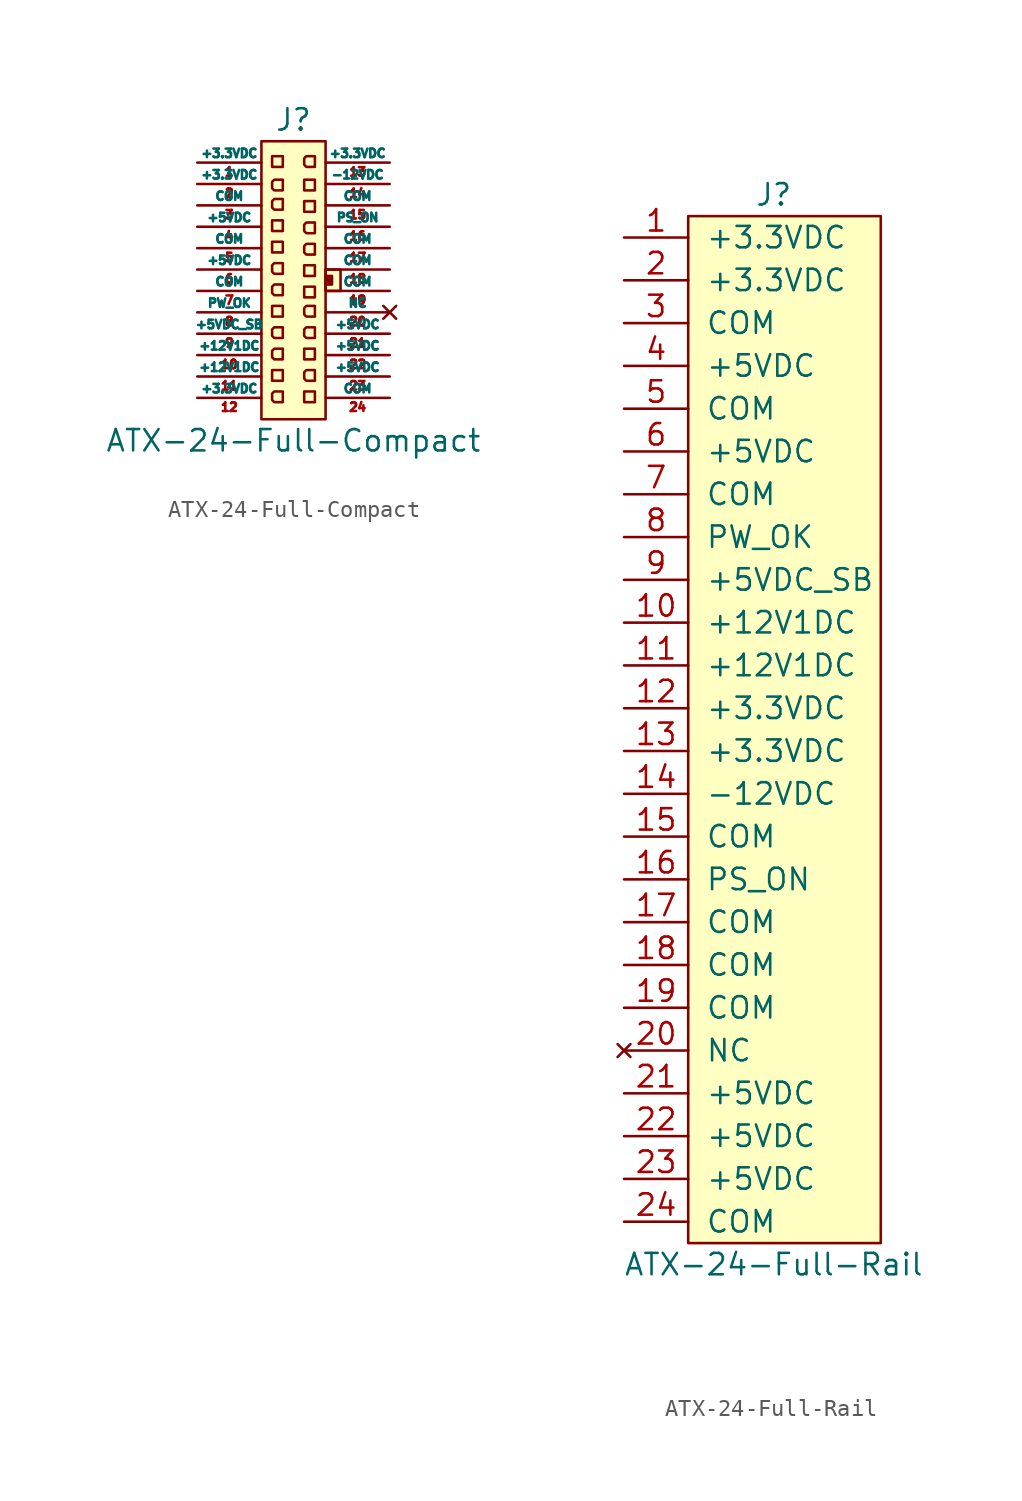
<source format=kicad_sym>
(kicad_symbol_lib
  (version 20231120)
  (generator "kicad_symbol_editor")
  (generator_version "8.0")
  (symbol "ATX-24-Full-Compact"
    (pin_names
      (offset 0))
    (property "Reference" "J"
      (at 0 9.525 0)
      (effects (font (size 1.27 1.27))))
    (property "Value" "ATX-24-Full-Compact"
      (at 0 -9.525 0)
      (effects (font (size 1.27 1.27))))
    (symbol "ATX-24-Full-Compact_0_1"
      (rectangle (start -1.905 8.255) (end 1.905 -8.255) (stroke (width 0) (type solid)) (fill (type background)))
      (rectangle (start 1.905 0.254) (end 2.286 -0.254) (stroke (width 0) (type solid)) (fill (type outline)))
      (rectangle (start 1.905 0.635) (end 2.794 -0.635) (stroke (width 0) (type solid)) (fill (type background))))
    (symbol "ATX-24-Full-Compact_1_1"
      (rectangle (start -1.27 -5.334) (end -0.635 -5.969) (stroke (width 0) (type solid)) (fill (type none)))
      (rectangle (start -1.27 -1.524) (end -0.635 -2.159) (stroke (width 0) (type solid)) (fill (type none)))
      (rectangle (start -1.27 2.286) (end -0.635 1.651) (stroke (width 0) (type solid)) (fill (type none)))
      (rectangle (start -1.27 3.556) (end -0.635 2.921) (stroke (width 0) (type solid)) (fill (type none)))
      (rectangle (start -1.27 7.366) (end -0.635 6.731) (stroke (width 0) (type solid)) (fill (type none)))
      (polyline (pts (xy -0.635 -6.604) (xy -1.143 -6.604) (xy -1.27 -6.731) (xy -1.27 -7.112) (xy -1.143 -7.239) (xy -0.635 -7.239) (xy -0.635 -6.604)) (stroke (width 0) (type solid)) (fill (type none)))
      (polyline (pts (xy -0.635 -4.064) (xy -1.143 -4.064) (xy -1.27 -4.191) (xy -1.27 -4.572) (xy -1.143 -4.699) (xy -0.635 -4.699) (xy -0.635 -4.064)) (stroke (width 0) (type solid)) (fill (type none)))
      (polyline (pts (xy -0.635 -2.794) (xy -1.143 -2.794) (xy -1.27 -2.921) (xy -1.27 -3.302) (xy -1.143 -3.429) (xy -0.635 -3.429) (xy -0.635 -2.794)) (stroke (width 0) (type solid)) (fill (type none)))
      (polyline (pts (xy -0.635 -0.254) (xy -1.143 -0.254) (xy -1.27 -0.381) (xy -1.27 -0.762) (xy -1.143 -0.889) (xy -0.635 -0.889) (xy -0.635 -0.254)) (stroke (width 0) (type solid)) (fill (type none)))
      (polyline (pts (xy -0.635 1.016) (xy -1.143 1.016) (xy -1.27 0.889) (xy -1.27 0.508) (xy -1.143 0.381) (xy -0.635 0.381) (xy -0.635 1.016)) (stroke (width 0) (type solid)) (fill (type none)))
      (polyline (pts (xy -0.635 4.826) (xy -1.143 4.826) (xy -1.27 4.699) (xy -1.27 4.318) (xy -1.143 4.191) (xy -0.635 4.191) (xy -0.635 4.826)) (stroke (width 0) (type solid)) (fill (type none)))
      (polyline (pts (xy -0.635 5.969) (xy -1.143 5.969) (xy -1.27 5.842) (xy -1.27 5.461) (xy -1.143 5.334) (xy -0.635 5.334) (xy -0.635 5.969)) (stroke (width 0) (type solid)) (fill (type none)))
      (polyline (pts (xy 1.27 -5.334) (xy 0.762 -5.334) (xy 0.635 -5.461) (xy 0.635 -5.842) (xy 0.762 -5.969) (xy 1.27 -5.969) (xy 1.27 -5.334)) (stroke (width 0) (type solid)) (fill (type none)))
      (polyline (pts (xy 1.27 -2.794) (xy 0.762 -2.794) (xy 0.635 -2.921) (xy 0.635 -3.302) (xy 0.762 -3.429) (xy 1.27 -3.429) (xy 1.27 -2.794)) (stroke (width 0) (type solid)) (fill (type none)))
      (polyline (pts (xy 1.27 -1.524) (xy 0.762 -1.524) (xy 0.635 -1.651) (xy 0.635 -2.032) (xy 0.762 -2.159) (xy 1.27 -2.159) (xy 1.27 -1.524)) (stroke (width 0) (type solid)) (fill (type none)))
      (polyline (pts (xy 1.27 2.159) (xy 0.762 2.159) (xy 0.635 2.032) (xy 0.635 1.651) (xy 0.762 1.524) (xy 1.27 1.524) (xy 1.27 2.159)) (stroke (width 0) (type solid)) (fill (type none)))
      (polyline (pts (xy 1.27 3.429) (xy 0.762 3.429) (xy 0.635 3.302) (xy 0.635 2.921) (xy 0.762 2.794) (xy 1.27 2.794) (xy 1.27 3.429)) (stroke (width 0) (type solid)) (fill (type none)))
      (polyline (pts (xy 1.27 7.366) (xy 0.762 7.366) (xy 0.635 7.239) (xy 0.635 6.858) (xy 0.762 6.731) (xy 1.27 6.731) (xy 1.27 7.366)) (stroke (width 0) (type solid)) (fill (type none)))
      (rectangle (start 0.635 -6.604) (end 1.27 -7.239) (stroke (width 0) (type solid)) (fill (type none)))
      (rectangle (start 0.635 -4.064) (end 1.27 -4.699) (stroke (width 0) (type solid)) (fill (type none)))
      (rectangle (start 0.635 -0.381) (end 1.27 -1.016) (stroke (width 0) (type solid)) (fill (type none)))
      (rectangle (start 0.635 0.889) (end 1.27 0.254) (stroke (width 0) (type solid)) (fill (type none)))
      (rectangle (start 0.635 4.699) (end 1.27 4.064) (stroke (width 0) (type solid)) (fill (type none)))
      (rectangle (start 0.635 5.969) (end 1.27 5.334) (stroke (width 0) (type solid)) (fill (type none)))
      (pin power_out line (at -5.715 6.985 0) (length 3.81) (name "+3.3VDC" (effects (font (size 0.508 0.508)))) (number "1" (effects (font (size 0.508 0.508)))))
      (pin power_out line (at -5.715 -4.445 0) (length 3.81) (name "+12V1DC" (effects (font (size 0.508 0.508)))) (number "10" (effects (font (size 0.508 0.508)))))
      (pin power_out line (at -5.715 -5.715 0) (length 3.81) (name "+12V1DC" (effects (font (size 0.508 0.508)))) (number "11" (effects (font (size 0.508 0.508)))))
      (pin power_out line (at -5.715 -6.985 0) (length 3.81) (name "+3.3VDC" (effects (font (size 0.508 0.508)))) (number "12" (effects (font (size 0.508 0.508)))))
      (pin power_out line (at 5.715 6.985 180) (length 3.81) (name "+3.3VDC" (effects (font (size 0.508 0.508)))) (number "13" (effects (font (size 0.508 0.508)))))
      (pin power_out line (at 5.715 5.715 180) (length 3.81) (name "-12VDC" (effects (font (size 0.508 0.508)))) (number "14" (effects (font (size 0.508 0.508)))))
      (pin power_in line (at 5.715 4.445 180) (length 3.81) (name "COM" (effects (font (size 0.508 0.508)))) (number "15" (effects (font (size 0.508 0.508)))))
      (pin input line (at 5.715 3.175 180) (length 3.81) (name "PS_ON" (effects (font (size 0.508 0.508)))) (number "16" (effects (font (size 0.508 0.508)))))
      (pin power_in line (at 5.715 1.905 180) (length 3.81) (name "COM" (effects (font (size 0.508 0.508)))) (number "17" (effects (font (size 0.508 0.508)))))
      (pin power_in line (at 5.715 0.635 180) (length 3.81) (name "COM" (effects (font (size 0.508 0.508)))) (number "18" (effects (font (size 0.508 0.508)))))
      (pin power_in line (at 5.715 -0.635 180) (length 3.81) (name "COM" (effects (font (size 0.508 0.508)))) (number "19" (effects (font (size 0.508 0.508)))))
      (pin power_out line (at -5.715 5.715 0) (length 3.81) (name "+3.3VDC" (effects (font (size 0.508 0.508)))) (number "2" (effects (font (size 0.508 0.508)))))
      (pin no_connect line (at 5.715 -1.905 180) (length 3.81) (name "NC" (effects (font (size 0.508 0.508)))) (number "20" (effects (font (size 0.508 0.508)))))
      (pin power_out line (at 5.715 -3.175 180) (length 3.81) (name "+5VDC" (effects (font (size 0.508 0.508)))) (number "21" (effects (font (size 0.508 0.508)))))
      (pin power_out line (at 5.715 -4.445 180) (length 3.81) (name "+5VDC" (effects (font (size 0.508 0.508)))) (number "22" (effects (font (size 0.508 0.508)))))
      (pin power_out line (at 5.715 -5.715 180) (length 3.81) (name "+5VDC" (effects (font (size 0.508 0.508)))) (number "23" (effects (font (size 0.508 0.508)))))
      (pin power_in line (at 5.715 -6.985 180) (length 3.81) (name "COM" (effects (font (size 0.508 0.508)))) (number "24" (effects (font (size 0.508 0.508)))))
      (pin power_in line (at -5.715 4.445 0) (length 3.81) (name "COM" (effects (font (size 0.508 0.508)))) (number "3" (effects (font (size 0.508 0.508)))))
      (pin power_out line (at -5.715 3.175 0) (length 3.81) (name "+5VDC" (effects (font (size 0.508 0.508)))) (number "4" (effects (font (size 0.508 0.508)))))
      (pin power_in line (at -5.715 1.905 0) (length 3.81) (name "COM" (effects (font (size 0.508 0.508)))) (number "5" (effects (font (size 0.508 0.508)))))
      (pin power_out line (at -5.715 0.635 0) (length 3.81) (name "+5VDC" (effects (font (size 0.508 0.508)))) (number "6" (effects (font (size 0.508 0.508)))))
      (pin power_in line (at -5.715 -0.635 0) (length 3.81) (name "COM" (effects (font (size 0.508 0.508)))) (number "7" (effects (font (size 0.508 0.508)))))
      (pin output line (at -5.715 -1.905 0) (length 3.81) (name "PW_OK" (effects (font (size 0.508 0.508)))) (number "8" (effects (font (size 0.508 0.508)))))
      (pin power_out line (at -5.715 -3.175 0) (length 3.81) (name "+5VDC_SB" (effects (font (size 0.508 0.508)))) (number "9" (effects (font (size 0.508 0.508)))))))
  (symbol "ATX-24-Full-Rail"
    (pin_names
      (offset 1.016))
    (property "Reference" "J"
      (at 0 0 0)
      (effects (font (size 1.27 1.27))))
    (property "Value" "ATX-24-Full-Rail"
      (at 0 -63.5 0)
      (effects (font (size 1.27 1.27))))
    (symbol "ATX-24-Full-Rail_0_1"
      (rectangle (start -5.08 -1.27) (end 6.35 -62.23) (stroke (width 0) (type solid)) (fill (type background))))
    (symbol "ATX-24-Full-Rail_1_1"
      (pin power_out line (at -8.89 -2.54 0) (length 3.81) (name "+3.3VDC" (effects (font (size 1.27 1.27)))) (number "1" (effects (font (size 1.27 1.27)))))
      (pin power_out line (at -8.89 -25.4 0) (length 3.81) (name "+12V1DC" (effects (font (size 1.27 1.27)))) (number "10" (effects (font (size 1.27 1.27)))))
      (pin power_out line (at -8.89 -27.94 0) (length 3.81) (name "+12V1DC" (effects (font (size 1.27 1.27)))) (number "11" (effects (font (size 1.27 1.27)))))
      (pin power_out line (at -8.89 -30.48 0) (length 3.81) (name "+3.3VDC" (effects (font (size 1.27 1.27)))) (number "12" (effects (font (size 1.27 1.27)))))
      (pin power_out line (at -8.89 -33.02 0) (length 3.81) (name "+3.3VDC" (effects (font (size 1.27 1.27)))) (number "13" (effects (font (size 1.27 1.27)))))
      (pin power_out line (at -8.89 -35.56 0) (length 3.81) (name "-12VDC" (effects (font (size 1.27 1.27)))) (number "14" (effects (font (size 1.27 1.27)))))
      (pin power_in line (at -8.89 -38.1 0) (length 3.81) (name "COM" (effects (font (size 1.27 1.27)))) (number "15" (effects (font (size 1.27 1.27)))))
      (pin input line (at -8.89 -40.64 0) (length 3.81) (name "PS_ON" (effects (font (size 1.27 1.27)))) (number "16" (effects (font (size 1.27 1.27)))))
      (pin power_in line (at -8.89 -43.18 0) (length 3.81) (name "COM" (effects (font (size 1.27 1.27)))) (number "17" (effects (font (size 1.27 1.27)))))
      (pin power_in line (at -8.89 -45.72 0) (length 3.81) (name "COM" (effects (font (size 1.27 1.27)))) (number "18" (effects (font (size 1.27 1.27)))))
      (pin power_in line (at -8.89 -48.26 0) (length 3.81) (name "COM" (effects (font (size 1.27 1.27)))) (number "19" (effects (font (size 1.27 1.27)))))
      (pin power_out line (at -8.89 -5.08 0) (length 3.81) (name "+3.3VDC" (effects (font (size 1.27 1.27)))) (number "2" (effects (font (size 1.27 1.27)))))
      (pin no_connect line (at -8.89 -50.8 0) (length 3.81) (name "NC" (effects (font (size 1.27 1.27)))) (number "20" (effects (font (size 1.27 1.27)))))
      (pin power_out line (at -8.89 -53.34 0) (length 3.81) (name "+5VDC" (effects (font (size 1.27 1.27)))) (number "21" (effects (font (size 1.27 1.27)))))
      (pin power_out line (at -8.89 -55.88 0) (length 3.81) (name "+5VDC" (effects (font (size 1.27 1.27)))) (number "22" (effects (font (size 1.27 1.27)))))
      (pin power_out line (at -8.89 -58.42 0) (length 3.81) (name "+5VDC" (effects (font (size 1.27 1.27)))) (number "23" (effects (font (size 1.27 1.27)))))
      (pin power_in line (at -8.89 -60.96 0) (length 3.81) (name "COM" (effects (font (size 1.27 1.27)))) (number "24" (effects (font (size 1.27 1.27)))))
      (pin power_in line (at -8.89 -7.62 0) (length 3.81) (name "COM" (effects (font (size 1.27 1.27)))) (number "3" (effects (font (size 1.27 1.27)))))
      (pin power_out line (at -8.89 -10.16 0) (length 3.81) (name "+5VDC" (effects (font (size 1.27 1.27)))) (number "4" (effects (font (size 1.27 1.27)))))
      (pin power_in line (at -8.89 -12.7 0) (length 3.81) (name "COM" (effects (font (size 1.27 1.27)))) (number "5" (effects (font (size 1.27 1.27)))))
      (pin power_out line (at -8.89 -15.24 0) (length 3.81) (name "+5VDC" (effects (font (size 1.27 1.27)))) (number "6" (effects (font (size 1.27 1.27)))))
      (pin power_in line (at -8.89 -17.78 0) (length 3.81) (name "COM" (effects (font (size 1.27 1.27)))) (number "7" (effects (font (size 1.27 1.27)))))
      (pin output line (at -8.89 -20.32 0) (length 3.81) (name "PW_OK" (effects (font (size 1.27 1.27)))) (number "8" (effects (font (size 1.27 1.27)))))
      (pin power_out line (at -8.89 -22.86 0) (length 3.81) (name "+5VDC_SB" (effects (font (size 1.27 1.27)))) (number "9" (effects (font (size 1.27 1.27))))))))
</source>
